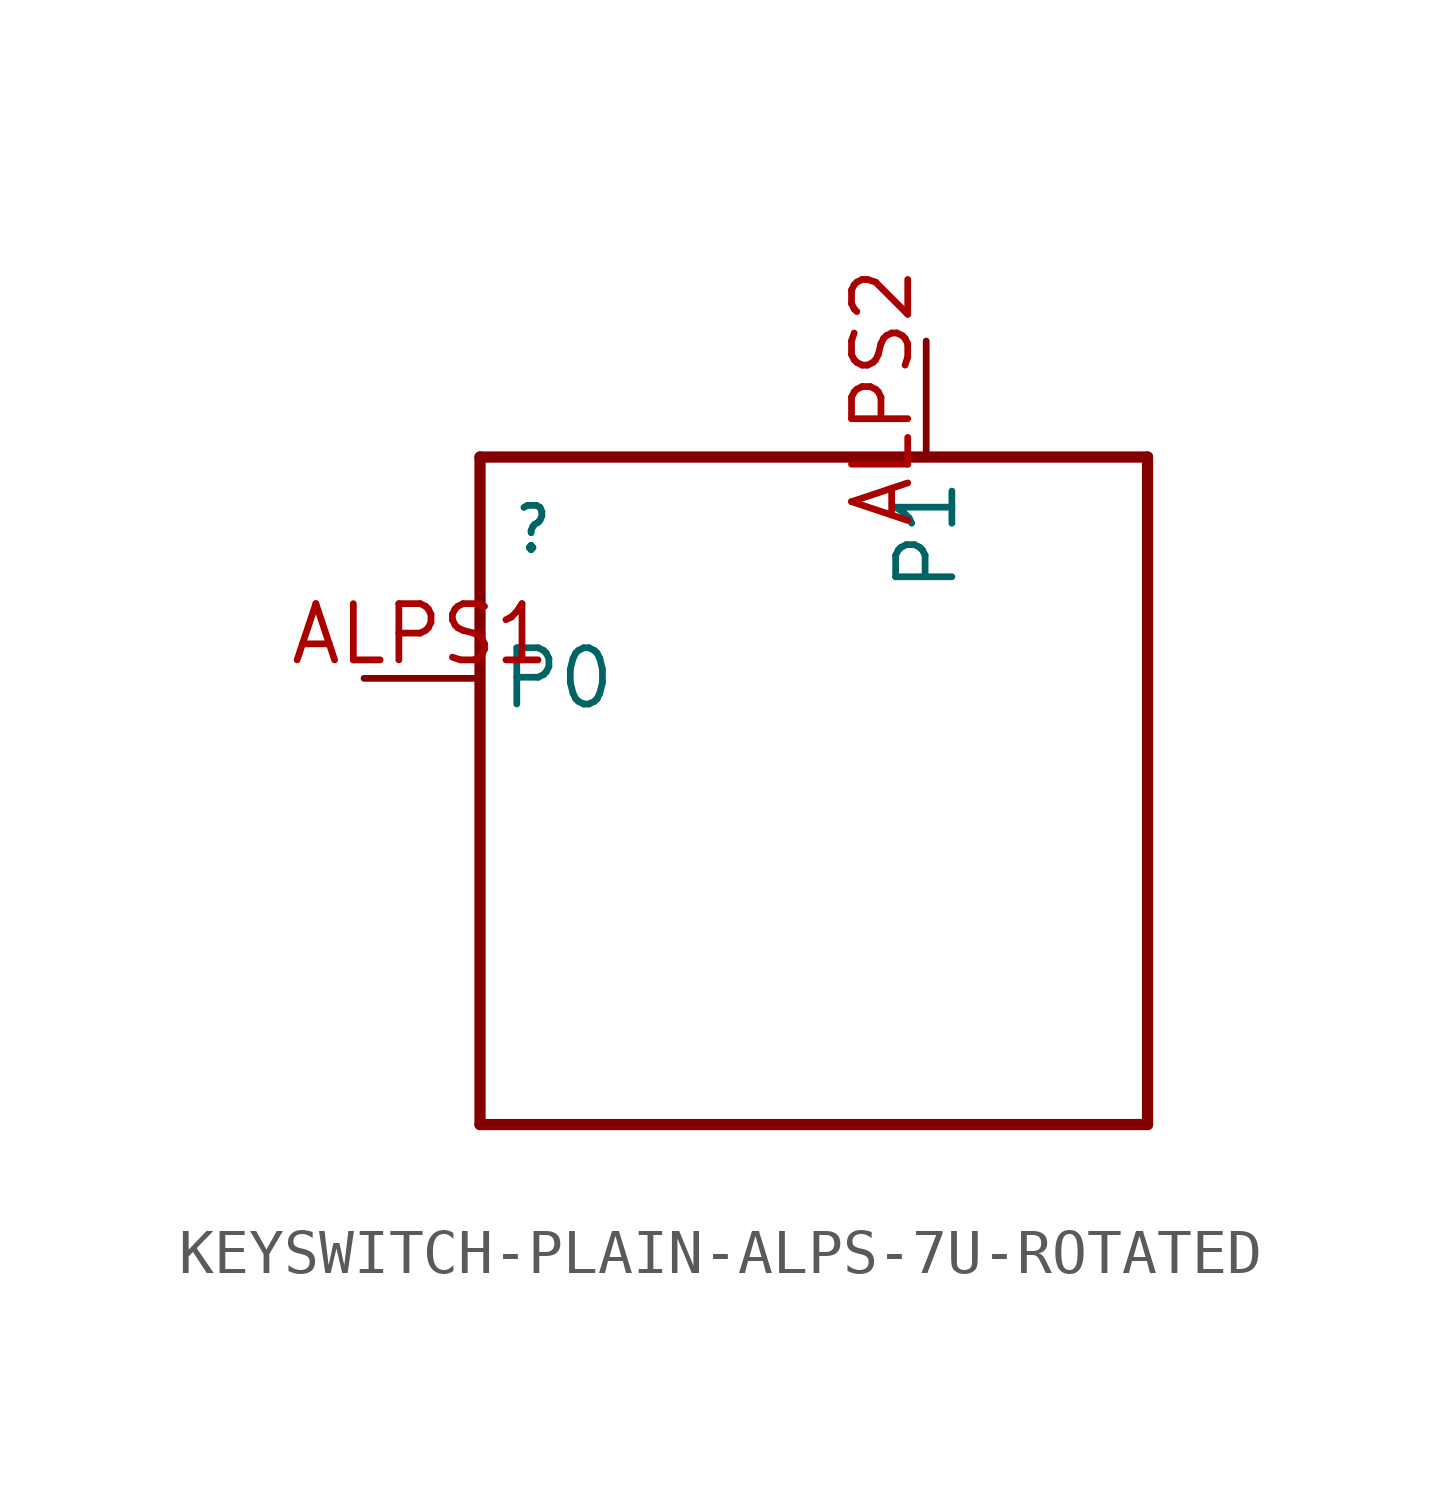
<source format=kicad_sym>
(kicad_symbol_lib
  (version 20211014)
  (generator kicad_symbol_editor)
  (symbol "KEYSWITCH-PLAIN-ALPS-7U-ROTATED"
    (property "Reference" ""
      (at -6.81 5.318 0)
      (effects (font (size 1 0.85)) (justify left bottom)))
    (property "ki_locked" ""
      (at 0 0 0)
      (effects (font (size 1.27 1.27))))
    (symbol "KEYSWITCH-PLAIN-ALPS-7U-ROTATED_1_0"
      (polyline (pts (xy -7.54 -7.54) (xy -7.54 7.54)) (stroke (width 0.254) (type default) (color 0 0 0 0)) (fill (type none)))
      (polyline (pts (xy -7.54 7.54) (xy 7.54 7.54)) (stroke (width 0.254) (type default) (color 0 0 0 0)) (fill (type none)))
      (polyline (pts (xy 7.54 -7.54) (xy -7.54 -7.54)) (stroke (width 0.254) (type default) (color 0 0 0 0)) (fill (type none)))
      (polyline (pts (xy 7.54 7.54) (xy 7.54 -7.54)) (stroke (width 0.254) (type default) (color 0 0 0 0)) (fill (type none)))
      (pin bidirectional line (at -10.16 2.54 0) (length 2.54) (name "P0" (effects (font (size 1.27 1.27)))) (number "ALPS1" (effects (font (size 1.27 1.27)))))
      (pin bidirectional line (at 2.54 10.16 270) (length 2.54) (name "P1" (effects (font (size 1.27 1.27)))) (number "ALPS2" (effects (font (size 1.27 1.27))))))))
</source>
